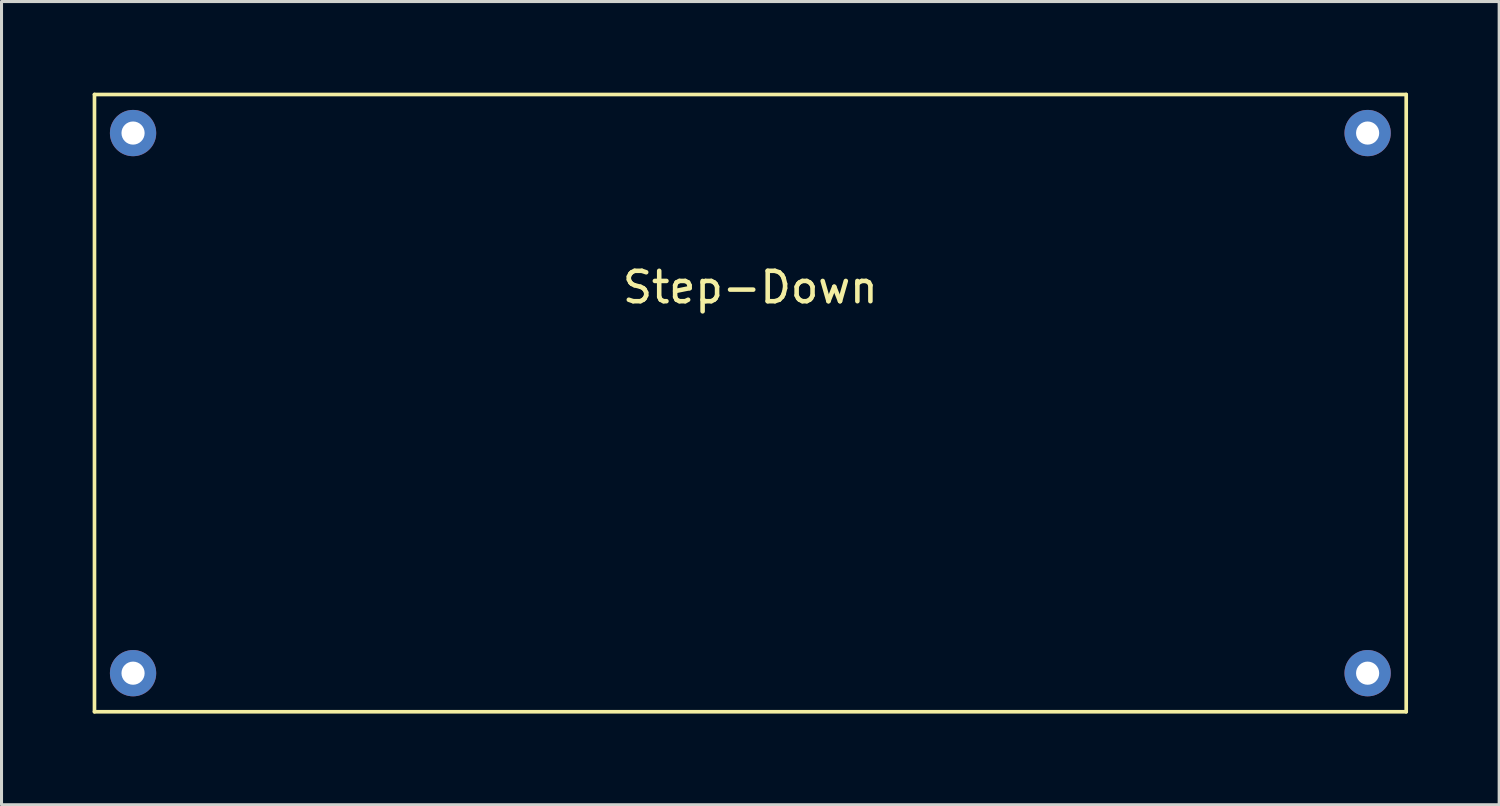
<source format=kicad_pcb>
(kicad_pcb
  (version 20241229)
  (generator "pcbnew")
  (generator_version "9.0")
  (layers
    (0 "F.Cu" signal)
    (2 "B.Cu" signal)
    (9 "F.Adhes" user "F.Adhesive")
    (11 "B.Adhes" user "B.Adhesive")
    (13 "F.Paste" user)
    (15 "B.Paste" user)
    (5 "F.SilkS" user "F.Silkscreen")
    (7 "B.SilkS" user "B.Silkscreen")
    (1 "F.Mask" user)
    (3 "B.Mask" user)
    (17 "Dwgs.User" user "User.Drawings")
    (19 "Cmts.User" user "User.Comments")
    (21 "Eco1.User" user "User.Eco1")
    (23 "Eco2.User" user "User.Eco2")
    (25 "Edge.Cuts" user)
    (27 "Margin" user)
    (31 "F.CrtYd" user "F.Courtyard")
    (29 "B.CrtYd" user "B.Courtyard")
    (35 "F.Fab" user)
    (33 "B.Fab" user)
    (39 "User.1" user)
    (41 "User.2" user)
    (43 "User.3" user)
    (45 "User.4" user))
  (footprint "Step-Down"
    (layer "F.Cu")
    (at 11.49 6.41)
    (property "Reference" "Step-Down" (at 10.16 0 0) (layer "F.SilkS") (effects (font (size 1 1) (thickness 0.15))))
    (attr through_hole)
    (fp_line (start -11.43 -6.35) (end 31.75 -6.35) (stroke (width 0.12) (type solid)) (layer "F.SilkS"))
    (fp_line (start -11.43 13.97) (end -11.43 -6.35) (stroke (width 0.12) (type solid)) (layer "F.SilkS"))
    (fp_line (start 31.75 -6.35) (end 31.75 13.97) (stroke (width 0.12) (type solid)) (layer "F.SilkS"))
    (fp_line (start 31.75 13.97) (end -11.43 13.97) (stroke (width 0.12) (type solid)) (layer "F.SilkS"))
    (pad "1" thru_hole circle (at 30.48 -5.08) (size 1.524 1.524) (drill 0.762) (layers "*.Cu" "*.Mask"))
    (pad "2" thru_hole circle (at -10.16 -5.08) (size 1.524 1.524) (drill 0.762) (layers "*.Cu" "*.Mask"))
    (pad "3" thru_hole circle (at -10.16 12.7) (size 1.524 1.524) (drill 0.762) (layers "*.Cu" "*.Mask"))
    (pad "4" thru_hole circle (at 30.48 12.7) (size 1.524 1.524) (drill 0.762) (layers "*.Cu" "*.Mask")))
  (gr_rect
    (start -3 -3)
    (end 46.3 23.44)
    (stroke (width 0.1) (type default))
    (fill no)
    (layer "Edge.Cuts")))
</source>
